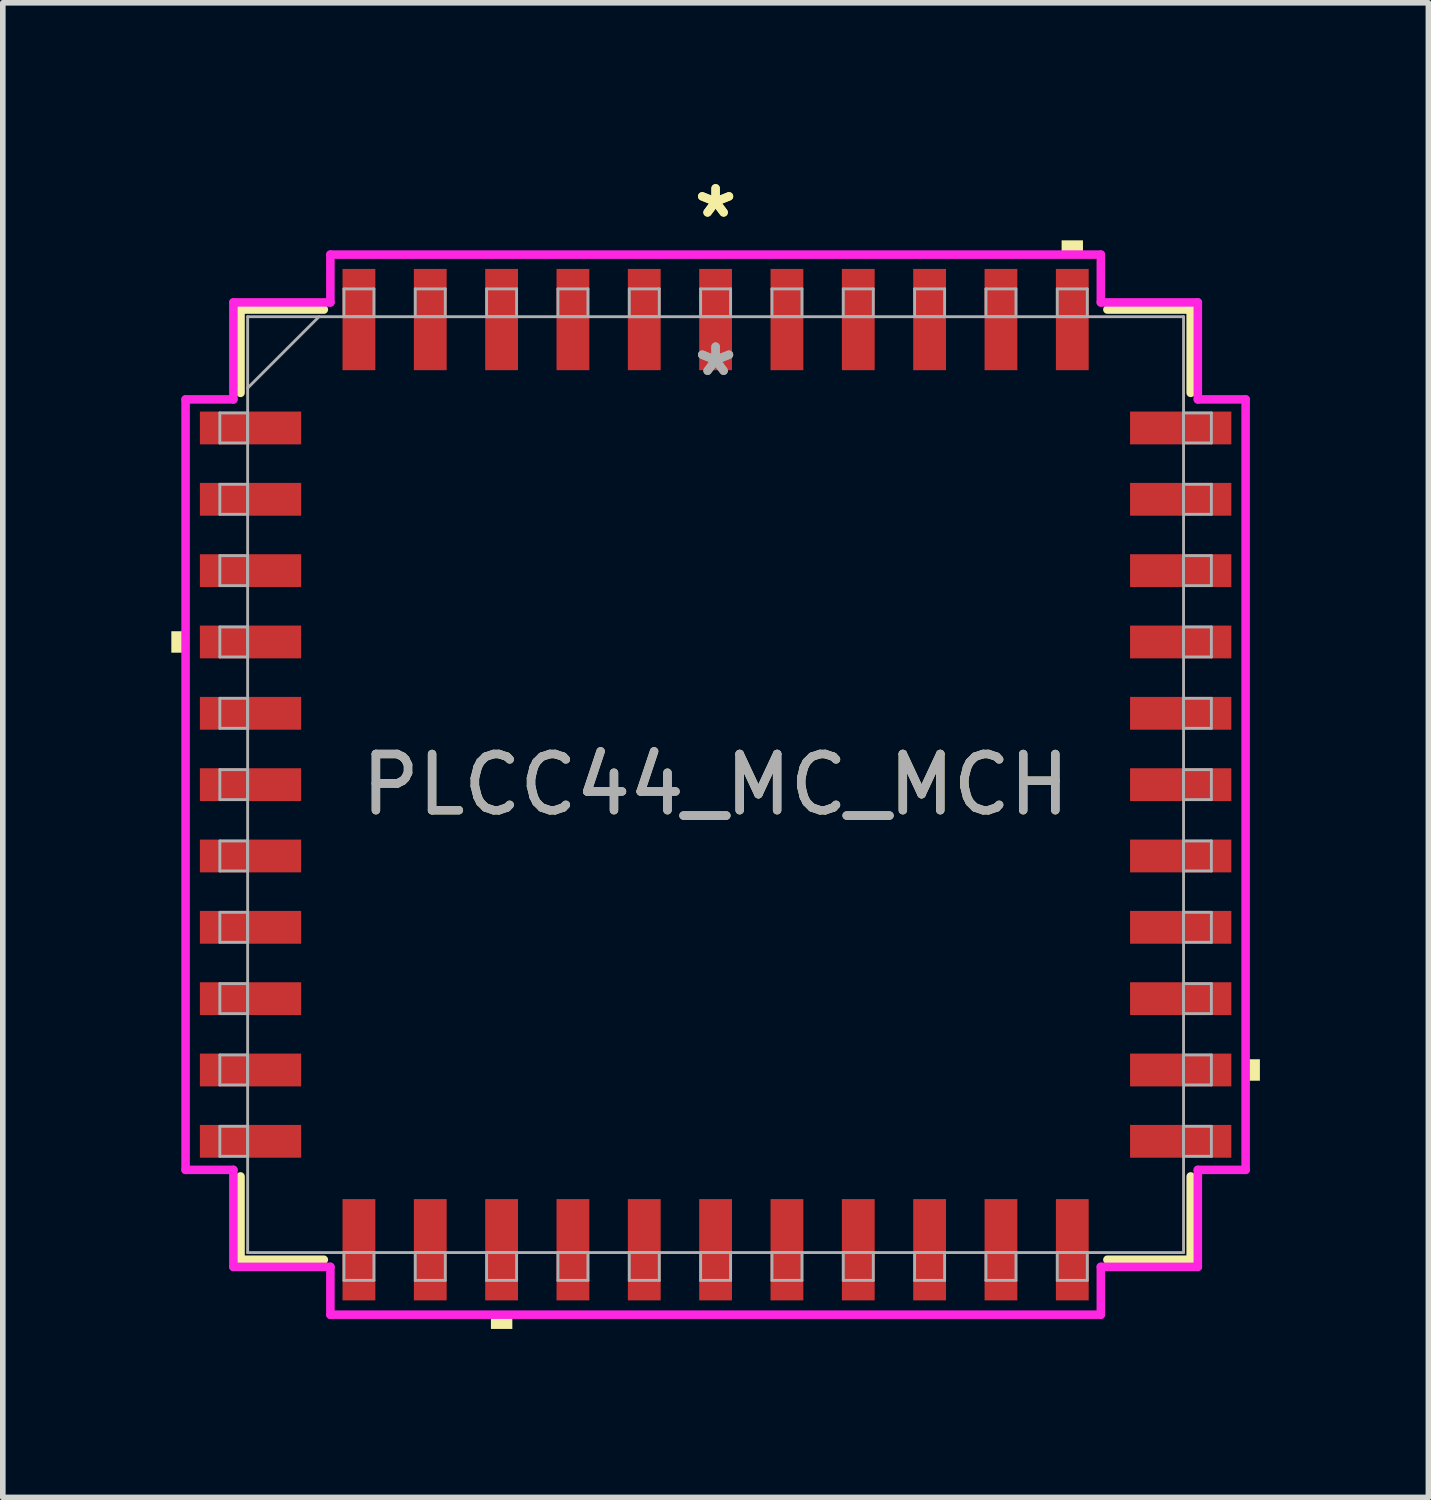
<source format=kicad_pcb>
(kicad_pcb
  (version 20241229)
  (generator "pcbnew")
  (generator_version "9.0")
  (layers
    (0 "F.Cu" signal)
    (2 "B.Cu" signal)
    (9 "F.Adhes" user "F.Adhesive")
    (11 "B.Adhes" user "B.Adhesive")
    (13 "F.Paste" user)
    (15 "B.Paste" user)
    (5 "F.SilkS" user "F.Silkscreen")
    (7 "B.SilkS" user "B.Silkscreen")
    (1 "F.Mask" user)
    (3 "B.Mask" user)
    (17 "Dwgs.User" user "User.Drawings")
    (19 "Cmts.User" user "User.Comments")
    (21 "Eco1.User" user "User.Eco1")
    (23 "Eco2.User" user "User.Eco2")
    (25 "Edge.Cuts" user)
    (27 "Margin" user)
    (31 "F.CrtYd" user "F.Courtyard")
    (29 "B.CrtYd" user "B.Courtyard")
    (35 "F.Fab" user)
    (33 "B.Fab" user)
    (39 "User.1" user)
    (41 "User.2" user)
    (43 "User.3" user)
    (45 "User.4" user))
  (footprint "PLCC44_MC_MCH"
    (layer "F.Cu")
    (at 9.69 10.919)
    (property "Reference" "PLCC44_MC_MCH" (at 0 0 0) (unlocked yes) (layer "F.SilkS") (effects (font (size 1 1) (thickness 0.15))))
    (attr smd)
    (fp_line (start -8.458 -8.458) (end -8.458 -6.975) (stroke (width 0.152) (type solid)) (layer "F.SilkS"))
    (fp_line (start -8.458 6.975) (end -8.458 8.458) (stroke (width 0.152) (type solid)) (layer "F.SilkS"))
    (fp_line (start -8.458 8.458) (end -6.975 8.458) (stroke (width 0.152) (type solid)) (layer "F.SilkS"))
    (fp_line (start -6.975 -8.458) (end -8.458 -8.458) (stroke (width 0.152) (type solid)) (layer "F.SilkS"))
    (fp_line (start 6.975 8.458) (end 8.458 8.458) (stroke (width 0.152) (type solid)) (layer "F.SilkS"))
    (fp_line (start 8.458 -8.458) (end 6.975 -8.458) (stroke (width 0.152) (type solid)) (layer "F.SilkS"))
    (fp_line (start 8.458 -6.975) (end 8.458 -8.458) (stroke (width 0.152) (type solid)) (layer "F.SilkS"))
    (fp_line (start 8.458 8.458) (end 8.458 6.975) (stroke (width 0.152) (type solid)) (layer "F.SilkS"))
    (fp_poly (pts (xy -9.69 -2.731) (xy -9.69 -2.349) (xy -9.436 -2.349) (xy -9.436 -2.731)) (stroke (width 0) (type solid)) (fill yes) (layer "F.SilkS"))
    (fp_poly (pts (xy -4 9.436) (xy -4 9.69) (xy -3.619 9.69) (xy -3.619 9.436)) (stroke (width 0) (type solid)) (fill yes) (layer "F.SilkS"))
    (fp_poly (pts (xy 6.16 -9.436) (xy 6.16 -9.69) (xy 6.54 -9.69) (xy 6.54 -9.436)) (stroke (width 0) (type solid)) (fill yes) (layer "F.SilkS"))
    (fp_poly (pts (xy 9.69 4.889) (xy 9.69 5.271) (xy 9.436 5.271) (xy 9.436 4.889)) (stroke (width 0) (type solid)) (fill yes) (layer "F.SilkS"))
    (fp_line (start -9.436 -6.858) (end -8.585 -6.858) (stroke (width 0.152) (type solid)) (layer "F.CrtYd"))
    (fp_line (start -9.436 6.858) (end -9.436 -6.858) (stroke (width 0.152) (type solid)) (layer "F.CrtYd"))
    (fp_line (start -9.436 6.858) (end -8.585 6.858) (stroke (width 0.152) (type solid)) (layer "F.CrtYd"))
    (fp_line (start -8.585 -8.585) (end -6.858 -8.585) (stroke (width 0.152) (type solid)) (layer "F.CrtYd"))
    (fp_line (start -8.585 -6.858) (end -8.585 -8.585) (stroke (width 0.152) (type solid)) (layer "F.CrtYd"))
    (fp_line (start -8.585 8.585) (end -8.585 6.858) (stroke (width 0.152) (type solid)) (layer "F.CrtYd"))
    (fp_line (start -6.858 -9.436) (end 6.858 -9.436) (stroke (width 0.152) (type solid)) (layer "F.CrtYd"))
    (fp_line (start -6.858 -8.585) (end -6.858 -9.436) (stroke (width 0.152) (type solid)) (layer "F.CrtYd"))
    (fp_line (start -6.858 8.585) (end -8.585 8.585) (stroke (width 0.152) (type solid)) (layer "F.CrtYd"))
    (fp_line (start -6.858 9.436) (end -6.858 8.585) (stroke (width 0.152) (type solid)) (layer "F.CrtYd"))
    (fp_line (start 6.858 -9.436) (end 6.858 -8.585) (stroke (width 0.152) (type solid)) (layer "F.CrtYd"))
    (fp_line (start 6.858 -8.585) (end 8.585 -8.585) (stroke (width 0.152) (type solid)) (layer "F.CrtYd"))
    (fp_line (start 6.858 8.585) (end 6.858 9.436) (stroke (width 0.152) (type solid)) (layer "F.CrtYd"))
    (fp_line (start 6.858 9.436) (end -6.858 9.436) (stroke (width 0.152) (type solid)) (layer "F.CrtYd"))
    (fp_line (start 8.585 -8.585) (end 8.585 -6.858) (stroke (width 0.152) (type solid)) (layer "F.CrtYd"))
    (fp_line (start 8.585 -6.858) (end 9.436 -6.858) (stroke (width 0.152) (type solid)) (layer "F.CrtYd"))
    (fp_line (start 8.585 6.858) (end 8.585 8.585) (stroke (width 0.152) (type solid)) (layer "F.CrtYd"))
    (fp_line (start 8.585 8.585) (end 6.858 8.585) (stroke (width 0.152) (type solid)) (layer "F.CrtYd"))
    (fp_line (start 9.436 -6.858) (end 9.436 6.858) (stroke (width 0.152) (type solid)) (layer "F.CrtYd"))
    (fp_line (start 9.436 6.858) (end 8.585 6.858) (stroke (width 0.152) (type solid)) (layer "F.CrtYd"))
    (fp_line (start -8.826 -6.617) (end -8.826 -6.083) (stroke (width 0.051) (type solid)) (layer "F.Fab"))
    (fp_line (start -8.826 -6.083) (end -8.331 -6.083) (stroke (width 0.051) (type solid)) (layer "F.Fab"))
    (fp_line (start -8.826 -5.347) (end -8.826 -4.813) (stroke (width 0.051) (type solid)) (layer "F.Fab"))
    (fp_line (start -8.826 -4.813) (end -8.331 -4.813) (stroke (width 0.051) (type solid)) (layer "F.Fab"))
    (fp_line (start -8.826 -4.077) (end -8.826 -3.543) (stroke (width 0.051) (type solid)) (layer "F.Fab"))
    (fp_line (start -8.826 -3.543) (end -8.331 -3.543) (stroke (width 0.051) (type solid)) (layer "F.Fab"))
    (fp_line (start -8.826 -2.807) (end -8.826 -2.273) (stroke (width 0.051) (type solid)) (layer "F.Fab"))
    (fp_line (start -8.826 -2.273) (end -8.331 -2.273) (stroke (width 0.051) (type solid)) (layer "F.Fab"))
    (fp_line (start -8.826 -1.537) (end -8.826 -1.003) (stroke (width 0.051) (type solid)) (layer "F.Fab"))
    (fp_line (start -8.826 -1.003) (end -8.331 -1.003) (stroke (width 0.051) (type solid)) (layer "F.Fab"))
    (fp_line (start -8.826 -0.267) (end -8.826 0.267) (stroke (width 0.051) (type solid)) (layer "F.Fab"))
    (fp_line (start -8.826 0.267) (end -8.331 0.267) (stroke (width 0.051) (type solid)) (layer "F.Fab"))
    (fp_line (start -8.826 1.003) (end -8.826 1.537) (stroke (width 0.051) (type solid)) (layer "F.Fab"))
    (fp_line (start -8.826 1.537) (end -8.331 1.537) (stroke (width 0.051) (type solid)) (layer "F.Fab"))
    (fp_line (start -8.826 2.273) (end -8.826 2.807) (stroke (width 0.051) (type solid)) (layer "F.Fab"))
    (fp_line (start -8.826 2.807) (end -8.331 2.807) (stroke (width 0.051) (type solid)) (layer "F.Fab"))
    (fp_line (start -8.826 3.543) (end -8.826 4.077) (stroke (width 0.051) (type solid)) (layer "F.Fab"))
    (fp_line (start -8.826 4.077) (end -8.331 4.077) (stroke (width 0.051) (type solid)) (layer "F.Fab"))
    (fp_line (start -8.826 4.813) (end -8.826 5.347) (stroke (width 0.051) (type solid)) (layer "F.Fab"))
    (fp_line (start -8.826 5.347) (end -8.331 5.347) (stroke (width 0.051) (type solid)) (layer "F.Fab"))
    (fp_line (start -8.826 6.083) (end -8.826 6.617) (stroke (width 0.051) (type solid)) (layer "F.Fab"))
    (fp_line (start -8.826 6.617) (end -8.331 6.617) (stroke (width 0.051) (type solid)) (layer "F.Fab"))
    (fp_line (start -8.331 -8.331) (end -8.331 8.331) (stroke (width 0.051) (type solid)) (layer "F.Fab"))
    (fp_line (start -8.331 -7.061) (end -7.061 -8.331) (stroke (width 0.051) (type solid)) (layer "F.Fab"))
    (fp_line (start -8.331 -6.617) (end -8.826 -6.617) (stroke (width 0.051) (type solid)) (layer "F.Fab"))
    (fp_line (start -8.331 -6.083) (end -8.331 -6.617) (stroke (width 0.051) (type solid)) (layer "F.Fab"))
    (fp_line (start -8.331 -5.347) (end -8.826 -5.347) (stroke (width 0.051) (type solid)) (layer "F.Fab"))
    (fp_line (start -8.331 -4.813) (end -8.331 -5.347) (stroke (width 0.051) (type solid)) (layer "F.Fab"))
    (fp_line (start -8.331 -4.077) (end -8.826 -4.077) (stroke (width 0.051) (type solid)) (layer "F.Fab"))
    (fp_line (start -8.331 -3.543) (end -8.331 -4.077) (stroke (width 0.051) (type solid)) (layer "F.Fab"))
    (fp_line (start -8.331 -2.807) (end -8.826 -2.807) (stroke (width 0.051) (type solid)) (layer "F.Fab"))
    (fp_line (start -8.331 -2.273) (end -8.331 -2.807) (stroke (width 0.051) (type solid)) (layer "F.Fab"))
    (fp_line (start -8.331 -1.537) (end -8.826 -1.537) (stroke (width 0.051) (type solid)) (layer "F.Fab"))
    (fp_line (start -8.331 -1.003) (end -8.331 -1.537) (stroke (width 0.051) (type solid)) (layer "F.Fab"))
    (fp_line (start -8.331 -0.267) (end -8.826 -0.267) (stroke (width 0.051) (type solid)) (layer "F.Fab"))
    (fp_line (start -8.331 0.267) (end -8.331 -0.267) (stroke (width 0.051) (type solid)) (layer "F.Fab"))
    (fp_line (start -8.331 1.003) (end -8.826 1.003) (stroke (width 0.051) (type solid)) (layer "F.Fab"))
    (fp_line (start -8.331 1.537) (end -8.331 1.003) (stroke (width 0.051) (type solid)) (layer "F.Fab"))
    (fp_line (start -8.331 2.273) (end -8.826 2.273) (stroke (width 0.051) (type solid)) (layer "F.Fab"))
    (fp_line (start -8.331 2.807) (end -8.331 2.273) (stroke (width 0.051) (type solid)) (layer "F.Fab"))
    (fp_line (start -8.331 3.543) (end -8.826 3.543) (stroke (width 0.051) (type solid)) (layer "F.Fab"))
    (fp_line (start -8.331 4.077) (end -8.331 3.543) (stroke (width 0.051) (type solid)) (layer "F.Fab"))
    (fp_line (start -8.331 4.813) (end -8.826 4.813) (stroke (width 0.051) (type solid)) (layer "F.Fab"))
    (fp_line (start -8.331 5.347) (end -8.331 4.813) (stroke (width 0.051) (type solid)) (layer "F.Fab"))
    (fp_line (start -8.331 6.083) (end -8.826 6.083) (stroke (width 0.051) (type solid)) (layer "F.Fab"))
    (fp_line (start -8.331 6.617) (end -8.331 6.083) (stroke (width 0.051) (type solid)) (layer "F.Fab"))
    (fp_line (start -8.331 8.331) (end 8.331 8.331) (stroke (width 0.051) (type solid)) (layer "F.Fab"))
    (fp_line (start -6.617 -8.826) (end -6.617 -8.331) (stroke (width 0.051) (type solid)) (layer "F.Fab"))
    (fp_line (start -6.617 -8.331) (end -6.083 -8.331) (stroke (width 0.051) (type solid)) (layer "F.Fab"))
    (fp_line (start -6.617 8.331) (end -6.617 8.826) (stroke (width 0.051) (type solid)) (layer "F.Fab"))
    (fp_line (start -6.617 8.826) (end -6.083 8.826) (stroke (width 0.051) (type solid)) (layer "F.Fab"))
    (fp_line (start -6.083 -8.826) (end -6.617 -8.826) (stroke (width 0.051) (type solid)) (layer "F.Fab"))
    (fp_line (start -6.083 -8.331) (end -6.083 -8.826) (stroke (width 0.051) (type solid)) (layer "F.Fab"))
    (fp_line (start -6.083 8.331) (end -6.617 8.331) (stroke (width 0.051) (type solid)) (layer "F.Fab"))
    (fp_line (start -6.083 8.826) (end -6.083 8.331) (stroke (width 0.051) (type solid)) (layer "F.Fab"))
    (fp_line (start -5.347 -8.826) (end -5.347 -8.331) (stroke (width 0.051) (type solid)) (layer "F.Fab"))
    (fp_line (start -5.347 -8.331) (end -4.813 -8.331) (stroke (width 0.051) (type solid)) (layer "F.Fab"))
    (fp_line (start -5.347 8.331) (end -5.347 8.826) (stroke (width 0.051) (type solid)) (layer "F.Fab"))
    (fp_line (start -5.347 8.826) (end -4.813 8.826) (stroke (width 0.051) (type solid)) (layer "F.Fab"))
    (fp_line (start -4.813 -8.826) (end -5.347 -8.826) (stroke (width 0.051) (type solid)) (layer "F.Fab"))
    (fp_line (start -4.813 -8.331) (end -4.813 -8.826) (stroke (width 0.051) (type solid)) (layer "F.Fab"))
    (fp_line (start -4.813 8.331) (end -5.347 8.331) (stroke (width 0.051) (type solid)) (layer "F.Fab"))
    (fp_line (start -4.813 8.826) (end -4.813 8.331) (stroke (width 0.051) (type solid)) (layer "F.Fab"))
    (fp_line (start -4.077 -8.826) (end -4.077 -8.331) (stroke (width 0.051) (type solid)) (layer "F.Fab"))
    (fp_line (start -4.077 -8.331) (end -3.543 -8.331) (stroke (width 0.051) (type solid)) (layer "F.Fab"))
    (fp_line (start -4.077 8.331) (end -4.077 8.826) (stroke (width 0.051) (type solid)) (layer "F.Fab"))
    (fp_line (start -4.077 8.826) (end -3.543 8.826) (stroke (width 0.051) (type solid)) (layer "F.Fab"))
    (fp_line (start -3.543 -8.826) (end -4.077 -8.826) (stroke (width 0.051) (type solid)) (layer "F.Fab"))
    (fp_line (start -3.543 -8.331) (end -3.543 -8.826) (stroke (width 0.051) (type solid)) (layer "F.Fab"))
    (fp_line (start -3.543 8.331) (end -4.077 8.331) (stroke (width 0.051) (type solid)) (layer "F.Fab"))
    (fp_line (start -3.543 8.826) (end -3.543 8.331) (stroke (width 0.051) (type solid)) (layer "F.Fab"))
    (fp_line (start -2.807 -8.826) (end -2.807 -8.331) (stroke (width 0.051) (type solid)) (layer "F.Fab"))
    (fp_line (start -2.807 -8.331) (end -2.273 -8.331) (stroke (width 0.051) (type solid)) (layer "F.Fab"))
    (fp_line (start -2.807 8.331) (end -2.807 8.826) (stroke (width 0.051) (type solid)) (layer "F.Fab"))
    (fp_line (start -2.807 8.826) (end -2.273 8.826) (stroke (width 0.051) (type solid)) (layer "F.Fab"))
    (fp_line (start -2.273 -8.826) (end -2.807 -8.826) (stroke (width 0.051) (type solid)) (layer "F.Fab"))
    (fp_line (start -2.273 -8.331) (end -2.273 -8.826) (stroke (width 0.051) (type solid)) (layer "F.Fab"))
    (fp_line (start -2.273 8.331) (end -2.807 8.331) (stroke (width 0.051) (type solid)) (layer "F.Fab"))
    (fp_line (start -2.273 8.826) (end -2.273 8.331) (stroke (width 0.051) (type solid)) (layer "F.Fab"))
    (fp_line (start -1.537 -8.826) (end -1.537 -8.331) (stroke (width 0.051) (type solid)) (layer "F.Fab"))
    (fp_line (start -1.537 -8.331) (end -1.003 -8.331) (stroke (width 0.051) (type solid)) (layer "F.Fab"))
    (fp_line (start -1.537 8.331) (end -1.537 8.826) (stroke (width 0.051) (type solid)) (layer "F.Fab"))
    (fp_line (start -1.537 8.826) (end -1.003 8.826) (stroke (width 0.051) (type solid)) (layer "F.Fab"))
    (fp_line (start -1.003 -8.826) (end -1.537 -8.826) (stroke (width 0.051) (type solid)) (layer "F.Fab"))
    (fp_line (start -1.003 -8.331) (end -1.003 -8.826) (stroke (width 0.051) (type solid)) (layer "F.Fab"))
    (fp_line (start -1.003 8.331) (end -1.537 8.331) (stroke (width 0.051) (type solid)) (layer "F.Fab"))
    (fp_line (start -1.003 8.826) (end -1.003 8.331) (stroke (width 0.051) (type solid)) (layer "F.Fab"))
    (fp_line (start -0.267 -8.826) (end -0.267 -8.331) (stroke (width 0.051) (type solid)) (layer "F.Fab"))
    (fp_line (start -0.267 -8.331) (end 0.267 -8.331) (stroke (width 0.051) (type solid)) (layer "F.Fab"))
    (fp_line (start -0.267 8.331) (end -0.267 8.826) (stroke (width 0.051) (type solid)) (layer "F.Fab"))
    (fp_line (start -0.267 8.826) (end 0.267 8.826) (stroke (width 0.051) (type solid)) (layer "F.Fab"))
    (fp_line (start 0.267 -8.826) (end -0.267 -8.826) (stroke (width 0.051) (type solid)) (layer "F.Fab"))
    (fp_line (start 0.267 -8.331) (end 0.267 -8.826) (stroke (width 0.051) (type solid)) (layer "F.Fab"))
    (fp_line (start 0.267 8.331) (end -0.267 8.331) (stroke (width 0.051) (type solid)) (layer "F.Fab"))
    (fp_line (start 0.267 8.826) (end 0.267 8.331) (stroke (width 0.051) (type solid)) (layer "F.Fab"))
    (fp_line (start 1.003 -8.826) (end 1.003 -8.331) (stroke (width 0.051) (type solid)) (layer "F.Fab"))
    (fp_line (start 1.003 -8.331) (end 1.537 -8.331) (stroke (width 0.051) (type solid)) (layer "F.Fab"))
    (fp_line (start 1.003 8.331) (end 1.003 8.826) (stroke (width 0.051) (type solid)) (layer "F.Fab"))
    (fp_line (start 1.003 8.826) (end 1.537 8.826) (stroke (width 0.051) (type solid)) (layer "F.Fab"))
    (fp_line (start 1.537 -8.826) (end 1.003 -8.826) (stroke (width 0.051) (type solid)) (layer "F.Fab"))
    (fp_line (start 1.537 -8.331) (end 1.537 -8.826) (stroke (width 0.051) (type solid)) (layer "F.Fab"))
    (fp_line (start 1.537 8.331) (end 1.003 8.331) (stroke (width 0.051) (type solid)) (layer "F.Fab"))
    (fp_line (start 1.537 8.826) (end 1.537 8.331) (stroke (width 0.051) (type solid)) (layer "F.Fab"))
    (fp_line (start 2.273 -8.826) (end 2.273 -8.331) (stroke (width 0.051) (type solid)) (layer "F.Fab"))
    (fp_line (start 2.273 -8.331) (end 2.807 -8.331) (stroke (width 0.051) (type solid)) (layer "F.Fab"))
    (fp_line (start 2.273 8.331) (end 2.273 8.826) (stroke (width 0.051) (type solid)) (layer "F.Fab"))
    (fp_line (start 2.273 8.826) (end 2.807 8.826) (stroke (width 0.051) (type solid)) (layer "F.Fab"))
    (fp_line (start 2.807 -8.826) (end 2.273 -8.826) (stroke (width 0.051) (type solid)) (layer "F.Fab"))
    (fp_line (start 2.807 -8.331) (end 2.807 -8.826) (stroke (width 0.051) (type solid)) (layer "F.Fab"))
    (fp_line (start 2.807 8.331) (end 2.273 8.331) (stroke (width 0.051) (type solid)) (layer "F.Fab"))
    (fp_line (start 2.807 8.826) (end 2.807 8.331) (stroke (width 0.051) (type solid)) (layer "F.Fab"))
    (fp_line (start 3.543 -8.826) (end 3.543 -8.331) (stroke (width 0.051) (type solid)) (layer "F.Fab"))
    (fp_line (start 3.543 -8.331) (end 4.077 -8.331) (stroke (width 0.051) (type solid)) (layer "F.Fab"))
    (fp_line (start 3.543 8.331) (end 3.543 8.826) (stroke (width 0.051) (type solid)) (layer "F.Fab"))
    (fp_line (start 3.543 8.826) (end 4.077 8.826) (stroke (width 0.051) (type solid)) (layer "F.Fab"))
    (fp_line (start 4.077 -8.826) (end 3.543 -8.826) (stroke (width 0.051) (type solid)) (layer "F.Fab"))
    (fp_line (start 4.077 -8.331) (end 4.077 -8.826) (stroke (width 0.051) (type solid)) (layer "F.Fab"))
    (fp_line (start 4.077 8.331) (end 3.543 8.331) (stroke (width 0.051) (type solid)) (layer "F.Fab"))
    (fp_line (start 4.077 8.826) (end 4.077 8.331) (stroke (width 0.051) (type solid)) (layer "F.Fab"))
    (fp_line (start 4.813 -8.826) (end 4.813 -8.331) (stroke (width 0.051) (type solid)) (layer "F.Fab"))
    (fp_line (start 4.813 -8.331) (end 5.347 -8.331) (stroke (width 0.051) (type solid)) (layer "F.Fab"))
    (fp_line (start 4.813 8.331) (end 4.813 8.826) (stroke (width 0.051) (type solid)) (layer "F.Fab"))
    (fp_line (start 4.813 8.826) (end 5.347 8.826) (stroke (width 0.051) (type solid)) (layer "F.Fab"))
    (fp_line (start 5.347 -8.826) (end 4.813 -8.826) (stroke (width 0.051) (type solid)) (layer "F.Fab"))
    (fp_line (start 5.347 -8.331) (end 5.347 -8.826) (stroke (width 0.051) (type solid)) (layer "F.Fab"))
    (fp_line (start 5.347 8.331) (end 4.813 8.331) (stroke (width 0.051) (type solid)) (layer "F.Fab"))
    (fp_line (start 5.347 8.826) (end 5.347 8.331) (stroke (width 0.051) (type solid)) (layer "F.Fab"))
    (fp_line (start 6.083 -8.826) (end 6.083 -8.331) (stroke (width 0.051) (type solid)) (layer "F.Fab"))
    (fp_line (start 6.083 -8.331) (end 6.617 -8.331) (stroke (width 0.051) (type solid)) (layer "F.Fab"))
    (fp_line (start 6.083 8.331) (end 6.083 8.826) (stroke (width 0.051) (type solid)) (layer "F.Fab"))
    (fp_line (start 6.083 8.826) (end 6.617 8.826) (stroke (width 0.051) (type solid)) (layer "F.Fab"))
    (fp_line (start 6.617 -8.826) (end 6.083 -8.826) (stroke (width 0.051) (type solid)) (layer "F.Fab"))
    (fp_line (start 6.617 -8.331) (end 6.617 -8.826) (stroke (width 0.051) (type solid)) (layer "F.Fab"))
    (fp_line (start 6.617 8.331) (end 6.083 8.331) (stroke (width 0.051) (type solid)) (layer "F.Fab"))
    (fp_line (start 6.617 8.826) (end 6.617 8.331) (stroke (width 0.051) (type solid)) (layer "F.Fab"))
    (fp_line (start 8.331 -8.331) (end -8.331 -8.331) (stroke (width 0.051) (type solid)) (layer "F.Fab"))
    (fp_line (start 8.331 -6.617) (end 8.331 -6.083) (stroke (width 0.051) (type solid)) (layer "F.Fab"))
    (fp_line (start 8.331 -6.083) (end 8.826 -6.083) (stroke (width 0.051) (type solid)) (layer "F.Fab"))
    (fp_line (start 8.331 -5.347) (end 8.331 -4.813) (stroke (width 0.051) (type solid)) (layer "F.Fab"))
    (fp_line (start 8.331 -4.813) (end 8.826 -4.813) (stroke (width 0.051) (type solid)) (layer "F.Fab"))
    (fp_line (start 8.331 -4.077) (end 8.331 -3.543) (stroke (width 0.051) (type solid)) (layer "F.Fab"))
    (fp_line (start 8.331 -3.543) (end 8.826 -3.543) (stroke (width 0.051) (type solid)) (layer "F.Fab"))
    (fp_line (start 8.331 -2.807) (end 8.331 -2.273) (stroke (width 0.051) (type solid)) (layer "F.Fab"))
    (fp_line (start 8.331 -2.273) (end 8.826 -2.273) (stroke (width 0.051) (type solid)) (layer "F.Fab"))
    (fp_line (start 8.331 -1.537) (end 8.331 -1.003) (stroke (width 0.051) (type solid)) (layer "F.Fab"))
    (fp_line (start 8.331 -1.003) (end 8.826 -1.003) (stroke (width 0.051) (type solid)) (layer "F.Fab"))
    (fp_line (start 8.331 -0.267) (end 8.331 0.267) (stroke (width 0.051) (type solid)) (layer "F.Fab"))
    (fp_line (start 8.331 0.267) (end 8.826 0.267) (stroke (width 0.051) (type solid)) (layer "F.Fab"))
    (fp_line (start 8.331 1.003) (end 8.331 1.537) (stroke (width 0.051) (type solid)) (layer "F.Fab"))
    (fp_line (start 8.331 1.537) (end 8.826 1.537) (stroke (width 0.051) (type solid)) (layer "F.Fab"))
    (fp_line (start 8.331 2.273) (end 8.331 2.807) (stroke (width 0.051) (type solid)) (layer "F.Fab"))
    (fp_line (start 8.331 2.807) (end 8.826 2.807) (stroke (width 0.051) (type solid)) (layer "F.Fab"))
    (fp_line (start 8.331 3.543) (end 8.331 4.077) (stroke (width 0.051) (type solid)) (layer "F.Fab"))
    (fp_line (start 8.331 4.077) (end 8.826 4.077) (stroke (width 0.051) (type solid)) (layer "F.Fab"))
    (fp_line (start 8.331 4.813) (end 8.331 5.347) (stroke (width 0.051) (type solid)) (layer "F.Fab"))
    (fp_line (start 8.331 5.347) (end 8.826 5.347) (stroke (width 0.051) (type solid)) (layer "F.Fab"))
    (fp_line (start 8.331 6.083) (end 8.331 6.617) (stroke (width 0.051) (type solid)) (layer "F.Fab"))
    (fp_line (start 8.331 6.617) (end 8.826 6.617) (stroke (width 0.051) (type solid)) (layer "F.Fab"))
    (fp_line (start 8.331 8.331) (end 8.331 -8.331) (stroke (width 0.051) (type solid)) (layer "F.Fab"))
    (fp_line (start 8.826 -6.617) (end 8.331 -6.617) (stroke (width 0.051) (type solid)) (layer "F.Fab"))
    (fp_line (start 8.826 -6.083) (end 8.826 -6.617) (stroke (width 0.051) (type solid)) (layer "F.Fab"))
    (fp_line (start 8.826 -5.347) (end 8.331 -5.347) (stroke (width 0.051) (type solid)) (layer "F.Fab"))
    (fp_line (start 8.826 -4.813) (end 8.826 -5.347) (stroke (width 0.051) (type solid)) (layer "F.Fab"))
    (fp_line (start 8.826 -4.077) (end 8.331 -4.077) (stroke (width 0.051) (type solid)) (layer "F.Fab"))
    (fp_line (start 8.826 -3.543) (end 8.826 -4.077) (stroke (width 0.051) (type solid)) (layer "F.Fab"))
    (fp_line (start 8.826 -2.807) (end 8.331 -2.807) (stroke (width 0.051) (type solid)) (layer "F.Fab"))
    (fp_line (start 8.826 -2.273) (end 8.826 -2.807) (stroke (width 0.051) (type solid)) (layer "F.Fab"))
    (fp_line (start 8.826 -1.537) (end 8.331 -1.537) (stroke (width 0.051) (type solid)) (layer "F.Fab"))
    (fp_line (start 8.826 -1.003) (end 8.826 -1.537) (stroke (width 0.051) (type solid)) (layer "F.Fab"))
    (fp_line (start 8.826 -0.267) (end 8.331 -0.267) (stroke (width 0.051) (type solid)) (layer "F.Fab"))
    (fp_line (start 8.826 0.267) (end 8.826 -0.267) (stroke (width 0.051) (type solid)) (layer "F.Fab"))
    (fp_line (start 8.826 1.003) (end 8.331 1.003) (stroke (width 0.051) (type solid)) (layer "F.Fab"))
    (fp_line (start 8.826 1.537) (end 8.826 1.003) (stroke (width 0.051) (type solid)) (layer "F.Fab"))
    (fp_line (start 8.826 2.273) (end 8.331 2.273) (stroke (width 0.051) (type solid)) (layer "F.Fab"))
    (fp_line (start 8.826 2.807) (end 8.826 2.273) (stroke (width 0.051) (type solid)) (layer "F.Fab"))
    (fp_line (start 8.826 3.543) (end 8.331 3.543) (stroke (width 0.051) (type solid)) (layer "F.Fab"))
    (fp_line (start 8.826 4.077) (end 8.826 3.543) (stroke (width 0.051) (type solid)) (layer "F.Fab"))
    (fp_line (start 8.826 4.813) (end 8.331 4.813) (stroke (width 0.051) (type solid)) (layer "F.Fab"))
    (fp_line (start 8.826 5.347) (end 8.826 4.813) (stroke (width 0.051) (type solid)) (layer "F.Fab"))
    (fp_line (start 8.826 6.083) (end 8.331 6.083) (stroke (width 0.051) (type solid)) (layer "F.Fab"))
    (fp_line (start 8.826 6.617) (end 8.826 6.083) (stroke (width 0.051) (type solid)) (layer "F.Fab"))
    (fp_text user "*" (at 0 -10.071 0) (unlocked yes) (layer "F.SilkS") (effects (font (size 1 1) (thickness 0.15))))
    (fp_text user "*" (at 0 -10.071 0) (layer "F.SilkS") (effects (font (size 1 1) (thickness 0.15))))
    (fp_text user "*" (at 0 -7.252 0) (layer "F.Fab") (effects (font (size 1 1) (thickness 0.15))))
    (fp_text user "*" (at 0 -7.252 0) (unlocked yes) (layer "F.Fab") (effects (font (size 1 1) (thickness 0.15))))
    (fp_text user "${REFERENCE}" (at 0 0 0) (unlocked yes) (layer "F.Fab") (effects (font (size 1 1) (thickness 0.15))))
    (pad "1" smd rect (at 0 -8.28) (size 0.584 1.803) (layers "F.Cu" "F.Mask" "F.Paste"))
    (pad "2" smd rect (at -1.27 -8.28) (size 0.584 1.803) (layers "F.Cu" "F.Mask" "F.Paste"))
    (pad "3" smd rect (at -2.54 -8.28) (size 0.584 1.803) (layers "F.Cu" "F.Mask" "F.Paste"))
    (pad "4" smd rect (at -3.81 -8.28) (size 0.584 1.803) (layers "F.Cu" "F.Mask" "F.Paste"))
    (pad "5" smd rect (at -5.08 -8.28) (size 0.584 1.803) (layers "F.Cu" "F.Mask" "F.Paste"))
    (pad "6" smd rect (at -6.35 -8.28) (size 0.584 1.803) (layers "F.Cu" "F.Mask" "F.Paste"))
    (pad "7" smd rect (at -8.28 -6.35 90) (size 0.584 1.803) (layers "F.Cu" "F.Mask" "F.Paste"))
    (pad "8" smd rect (at -8.28 -5.08 90) (size 0.584 1.803) (layers "F.Cu" "F.Mask" "F.Paste"))
    (pad "9" smd rect (at -8.28 -3.81 90) (size 0.584 1.803) (layers "F.Cu" "F.Mask" "F.Paste"))
    (pad "10" smd rect (at -8.28 -2.54 90) (size 0.584 1.803) (layers "F.Cu" "F.Mask" "F.Paste"))
    (pad "11" smd rect (at -8.28 -1.27 90) (size 0.584 1.803) (layers "F.Cu" "F.Mask" "F.Paste"))
    (pad "12" smd rect (at -8.28 0 90) (size 0.584 1.803) (layers "F.Cu" "F.Mask" "F.Paste"))
    (pad "13" smd rect (at -8.28 1.27 90) (size 0.584 1.803) (layers "F.Cu" "F.Mask" "F.Paste"))
    (pad "14" smd rect (at -8.28 2.54 90) (size 0.584 1.803) (layers "F.Cu" "F.Mask" "F.Paste"))
    (pad "15" smd rect (at -8.28 3.81 90) (size 0.584 1.803) (layers "F.Cu" "F.Mask" "F.Paste"))
    (pad "16" smd rect (at -8.28 5.08 90) (size 0.584 1.803) (layers "F.Cu" "F.Mask" "F.Paste"))
    (pad "17" smd rect (at -8.28 6.35 90) (size 0.584 1.803) (layers "F.Cu" "F.Mask" "F.Paste"))
    (pad "18" smd rect (at -6.35 8.28) (size 0.584 1.803) (layers "F.Cu" "F.Mask" "F.Paste"))
    (pad "19" smd rect (at -5.08 8.28) (size 0.584 1.803) (layers "F.Cu" "F.Mask" "F.Paste"))
    (pad "20" smd rect (at -3.81 8.28) (size 0.584 1.803) (layers "F.Cu" "F.Mask" "F.Paste"))
    (pad "21" smd rect (at -2.54 8.28) (size 0.584 1.803) (layers "F.Cu" "F.Mask" "F.Paste"))
    (pad "22" smd rect (at -1.27 8.28) (size 0.584 1.803) (layers "F.Cu" "F.Mask" "F.Paste"))
    (pad "23" smd rect (at 0 8.28) (size 0.584 1.803) (layers "F.Cu" "F.Mask" "F.Paste"))
    (pad "24" smd rect (at 1.27 8.28) (size 0.584 1.803) (layers "F.Cu" "F.Mask" "F.Paste"))
    (pad "25" smd rect (at 2.54 8.28) (size 0.584 1.803) (layers "F.Cu" "F.Mask" "F.Paste"))
    (pad "26" smd rect (at 3.81 8.28) (size 0.584 1.803) (layers "F.Cu" "F.Mask" "F.Paste"))
    (pad "27" smd rect (at 5.08 8.28) (size 0.584 1.803) (layers "F.Cu" "F.Mask" "F.Paste"))
    (pad "28" smd rect (at 6.35 8.28) (size 0.584 1.803) (layers "F.Cu" "F.Mask" "F.Paste"))
    (pad "29" smd rect (at 8.28 6.35 90) (size 0.584 1.803) (layers "F.Cu" "F.Mask" "F.Paste"))
    (pad "30" smd rect (at 8.28 5.08 90) (size 0.584 1.803) (layers "F.Cu" "F.Mask" "F.Paste"))
    (pad "31" smd rect (at 8.28 3.81 90) (size 0.584 1.803) (layers "F.Cu" "F.Mask" "F.Paste"))
    (pad "32" smd rect (at 8.28 2.54 90) (size 0.584 1.803) (layers "F.Cu" "F.Mask" "F.Paste"))
    (pad "33" smd rect (at 8.28 1.27 90) (size 0.584 1.803) (layers "F.Cu" "F.Mask" "F.Paste"))
    (pad "34" smd rect (at 8.28 0 90) (size 0.584 1.803) (layers "F.Cu" "F.Mask" "F.Paste"))
    (pad "35" smd rect (at 8.28 -1.27 90) (size 0.584 1.803) (layers "F.Cu" "F.Mask" "F.Paste"))
    (pad "36" smd rect (at 8.28 -2.54 90) (size 0.584 1.803) (layers "F.Cu" "F.Mask" "F.Paste"))
    (pad "37" smd rect (at 8.28 -3.81 90) (size 0.584 1.803) (layers "F.Cu" "F.Mask" "F.Paste"))
    (pad "38" smd rect (at 8.28 -5.08 90) (size 0.584 1.803) (layers "F.Cu" "F.Mask" "F.Paste"))
    (pad "39" smd rect (at 8.28 -6.35 90) (size 0.584 1.803) (layers "F.Cu" "F.Mask" "F.Paste"))
    (pad "40" smd rect (at 6.35 -8.28) (size 0.584 1.803) (layers "F.Cu" "F.Mask" "F.Paste"))
    (pad "41" smd rect (at 5.08 -8.28) (size 0.584 1.803) (layers "F.Cu" "F.Mask" "F.Paste"))
    (pad "42" smd rect (at 3.81 -8.28) (size 0.584 1.803) (layers "F.Cu" "F.Mask" "F.Paste"))
    (pad "43" smd rect (at 2.54 -8.28) (size 0.584 1.803) (layers "F.Cu" "F.Mask" "F.Paste"))
    (pad "44" smd rect (at 1.27 -8.28) (size 0.584 1.803) (layers "F.Cu" "F.Mask" "F.Paste")))
  (gr_rect
    (start -3 -3)
    (end 22.38 23.609)
    (stroke (width 0.1) (type default))
    (fill no)
    (layer "Edge.Cuts")))
</source>
